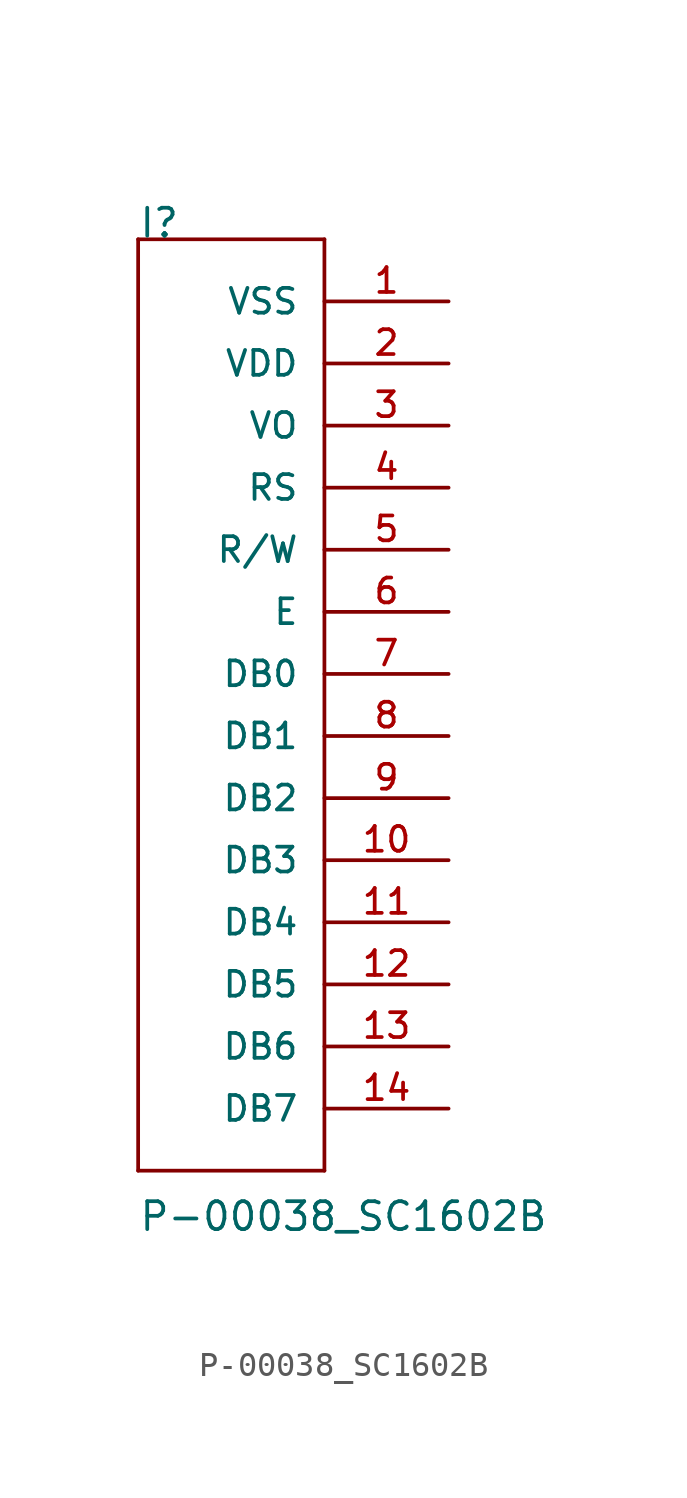
<source format=kicad_sym>
(kicad_symbol_lib
  (version 20211014)
  (generator kicad_symbol_editor)
  (symbol "P-00038_SC1602B"
    (pin_names
      (offset 1.016))
    (property "Reference" "I"
      (at -5.08 15.24 0)
      (effects (font (size 1.143 1.143)) (justify left bottom)))
    (property "Value" "P-00038_SC1602B"
      (at -5.08 -25.4 0)
      (effects (font (size 1.143 1.143)) (justify left bottom)))
    (property "ki_locked" ""
      (at 0 0 0)
      (effects (font (size 1.27 1.27))))
    (symbol "P-00038_SC1602B_1_0"
      (polyline (pts (xy -5.08 -22.86) (xy 2.54 -22.86)) (stroke (width 0) (type default) (color 0 0 0 0)) (fill (type none)))
      (polyline (pts (xy -5.08 15.24) (xy -5.08 -22.86)) (stroke (width 0) (type default) (color 0 0 0 0)) (fill (type none)))
      (polyline (pts (xy 2.54 -22.86) (xy 2.54 15.24)) (stroke (width 0) (type default) (color 0 0 0 0)) (fill (type none)))
      (polyline (pts (xy 2.54 15.24) (xy -5.08 15.24)) (stroke (width 0) (type default) (color 0 0 0 0)) (fill (type none))))
    (symbol "P-00038_SC1602B_1_1"
      (pin bidirectional line (at 7.62 12.7 180) (length 5.08) (name "VSS" (effects (font (size 1.016 1.016)))) (number "1" (effects (font (size 1.016 1.016)))))
      (pin bidirectional line (at 7.62 -10.16 180) (length 5.08) (name "DB3" (effects (font (size 1.016 1.016)))) (number "10" (effects (font (size 1.016 1.016)))))
      (pin bidirectional line (at 7.62 -12.7 180) (length 5.08) (name "DB4" (effects (font (size 1.016 1.016)))) (number "11" (effects (font (size 1.016 1.016)))))
      (pin bidirectional line (at 7.62 -15.24 180) (length 5.08) (name "DB5" (effects (font (size 1.016 1.016)))) (number "12" (effects (font (size 1.016 1.016)))))
      (pin bidirectional line (at 7.62 -17.78 180) (length 5.08) (name "DB6" (effects (font (size 1.016 1.016)))) (number "13" (effects (font (size 1.016 1.016)))))
      (pin bidirectional line (at 7.62 -20.32 180) (length 5.08) (name "DB7" (effects (font (size 1.016 1.016)))) (number "14" (effects (font (size 1.016 1.016)))))
      (pin bidirectional line (at 7.62 10.16 180) (length 5.08) (name "VDD" (effects (font (size 1.016 1.016)))) (number "2" (effects (font (size 1.016 1.016)))))
      (pin bidirectional line (at 7.62 7.62 180) (length 5.08) (name "VO" (effects (font (size 1.016 1.016)))) (number "3" (effects (font (size 1.016 1.016)))))
      (pin bidirectional line (at 7.62 5.08 180) (length 5.08) (name "RS" (effects (font (size 1.016 1.016)))) (number "4" (effects (font (size 1.016 1.016)))))
      (pin bidirectional line (at 7.62 2.54 180) (length 5.08) (name "R/W" (effects (font (size 1.016 1.016)))) (number "5" (effects (font (size 1.016 1.016)))))
      (pin bidirectional line (at 7.62 0 180) (length 5.08) (name "E" (effects (font (size 1.016 1.016)))) (number "6" (effects (font (size 1.016 1.016)))))
      (pin bidirectional line (at 7.62 -2.54 180) (length 5.08) (name "DB0" (effects (font (size 1.016 1.016)))) (number "7" (effects (font (size 1.016 1.016)))))
      (pin bidirectional line (at 7.62 -5.08 180) (length 5.08) (name "DB1" (effects (font (size 1.016 1.016)))) (number "8" (effects (font (size 1.016 1.016)))))
      (pin bidirectional line (at 7.62 -7.62 180) (length 5.08) (name "DB2" (effects (font (size 1.016 1.016)))) (number "9" (effects (font (size 1.016 1.016))))))))
</source>
